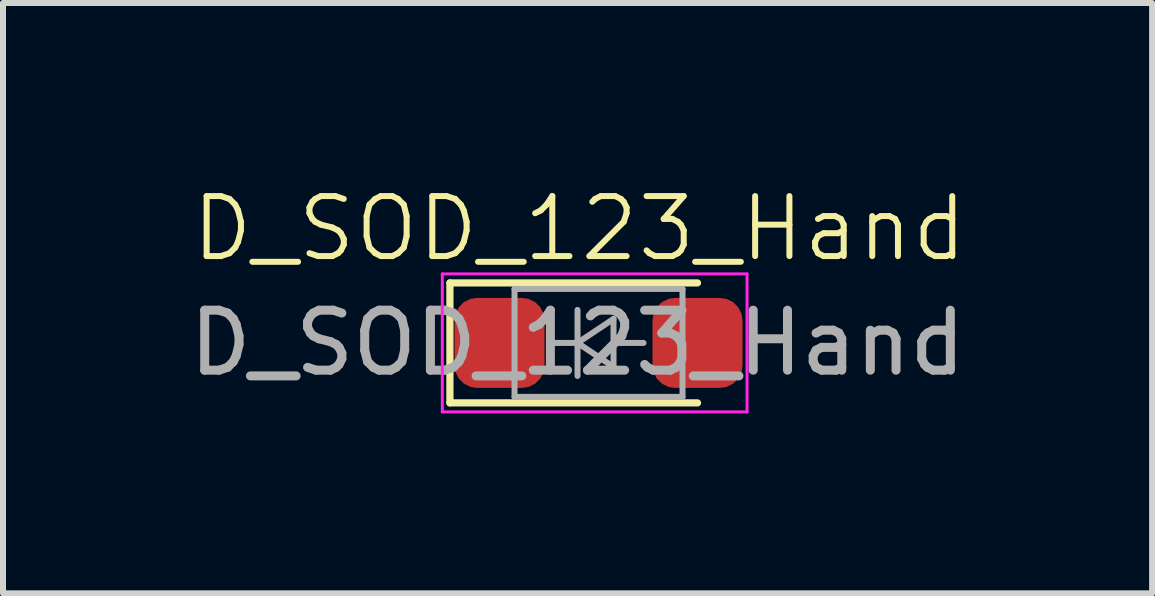
<source format=kicad_pcb>
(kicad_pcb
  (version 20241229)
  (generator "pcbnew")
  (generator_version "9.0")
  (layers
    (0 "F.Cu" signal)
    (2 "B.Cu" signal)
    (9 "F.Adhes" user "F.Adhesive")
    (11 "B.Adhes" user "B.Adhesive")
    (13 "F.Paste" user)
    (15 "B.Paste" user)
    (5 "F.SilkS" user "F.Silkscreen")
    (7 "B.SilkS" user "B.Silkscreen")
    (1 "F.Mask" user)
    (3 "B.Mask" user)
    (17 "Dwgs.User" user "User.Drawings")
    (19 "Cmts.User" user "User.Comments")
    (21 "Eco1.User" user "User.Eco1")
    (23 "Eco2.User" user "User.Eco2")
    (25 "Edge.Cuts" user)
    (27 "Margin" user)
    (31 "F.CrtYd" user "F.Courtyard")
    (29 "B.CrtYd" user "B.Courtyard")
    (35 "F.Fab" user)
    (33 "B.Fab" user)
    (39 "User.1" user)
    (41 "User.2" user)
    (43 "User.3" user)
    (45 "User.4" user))
  (footprint "D_SOD_123_Hand"
    (layer "F.Cu")
    (at 6.609 2.666)
    (property "Reference" "D_SOD_123_Hand" (at 0 -1.905 0) (unlocked yes) (layer "F.SilkS") (effects (font (size 1 1) (thickness 0.1))))
    (attr smd)
    (fp_line (start -2.159 -1) (end -2.159 1) (stroke (width 0.12) (type solid)) (layer "F.SilkS"))
    (fp_line (start -2.159 -1) (end 1.968 -1) (stroke (width 0.12) (type solid)) (layer "F.SilkS"))
    (fp_line (start -2.159 1) (end 1.968 1) (stroke (width 0.12) (type solid)) (layer "F.SilkS"))
    (fp_line (start -2.286 -1.15) (end -2.286 1.15) (stroke (width 0.05) (type solid)) (layer "F.CrtYd"))
    (fp_line (start -2.286 -1.15) (end 2.794 -1.15) (stroke (width 0.05) (type solid)) (layer "F.CrtYd"))
    (fp_line (start 2.794 -1.15) (end 2.794 1.15) (stroke (width 0.05) (type solid)) (layer "F.CrtYd"))
    (fp_line (start 2.794 1.15) (end -2.286 1.15) (stroke (width 0.05) (type solid)) (layer "F.CrtYd"))
    (fp_line (start -1.082 -0.9) (end 1.718 -0.9) (stroke (width 0.1) (type solid)) (layer "F.Fab"))
    (fp_line (start -1.082 0.9) (end -1.082 -0.9) (stroke (width 0.1) (type solid)) (layer "F.Fab"))
    (fp_line (start -0.432 0) (end -0.032 0) (stroke (width 0.1) (type solid)) (layer "F.Fab"))
    (fp_line (start -0.032 0) (end -0.032 -0.55) (stroke (width 0.1) (type solid)) (layer "F.Fab"))
    (fp_line (start -0.032 0) (end -0.032 0.55) (stroke (width 0.1) (type solid)) (layer "F.Fab"))
    (fp_line (start -0.032 0) (end 0.568 -0.4) (stroke (width 0.1) (type solid)) (layer "F.Fab"))
    (fp_line (start 0.568 -0.4) (end 0.568 0.4) (stroke (width 0.1) (type solid)) (layer "F.Fab"))
    (fp_line (start 0.568 0) (end 1.068 0) (stroke (width 0.1) (type solid)) (layer "F.Fab"))
    (fp_line (start 0.568 0.4) (end -0.032 0) (stroke (width 0.1) (type solid)) (layer "F.Fab"))
    (fp_line (start 1.718 -0.9) (end 1.718 0.9) (stroke (width 0.1) (type solid)) (layer "F.Fab"))
    (fp_line (start 1.718 0.9) (end -1.082 0.9) (stroke (width 0.1) (type solid)) (layer "F.Fab"))
    (fp_text user "${REFERENCE}" (at -0.032 0 0) (unlocked yes) (layer "F.Fab") (effects (font (size 1 1) (thickness 0.15))))
    (pad "1" smd roundrect (at -1.332 0) (size 1.5 1.5) (layers "F.Cu" "F.Mask" "F.Paste") (roundrect_rratio 0.25))
    (pad "2" smd roundrect (at 1.968 0) (size 1.5 1.5) (layers "F.Cu" "F.Mask" "F.Paste") (roundrect_rratio 0.25)))
  (gr_rect
    (start -3 -3)
    (end 16.155 6.84)
    (stroke (width 0.1) (type default))
    (fill no)
    (layer "Edge.Cuts")))
</source>
